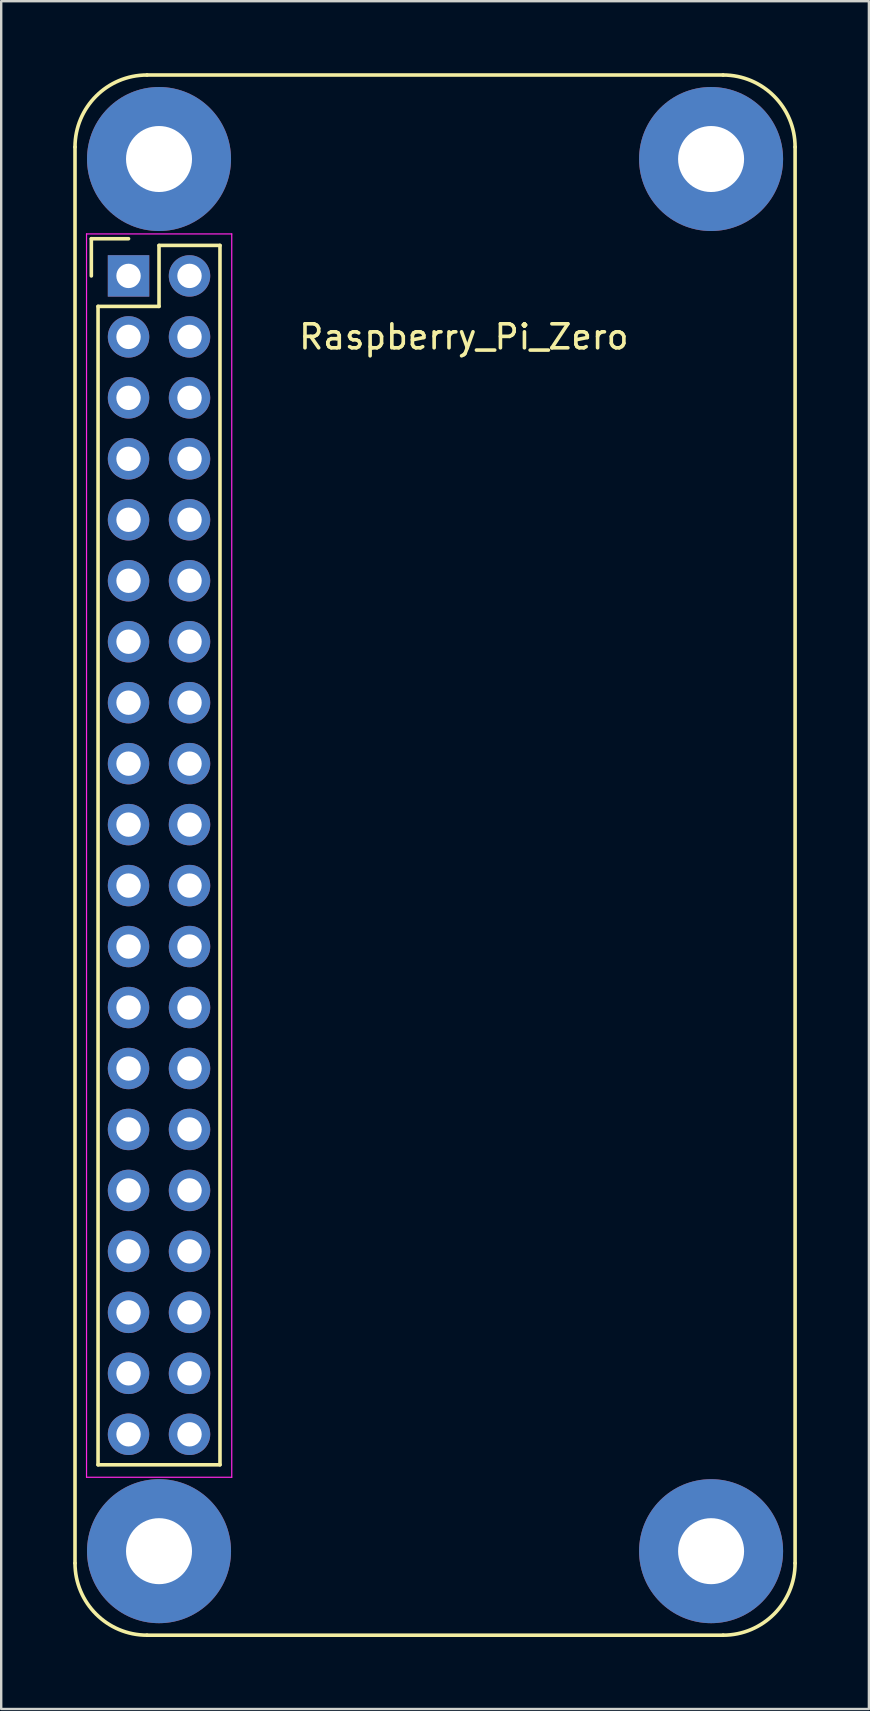
<source format=kicad_pcb>
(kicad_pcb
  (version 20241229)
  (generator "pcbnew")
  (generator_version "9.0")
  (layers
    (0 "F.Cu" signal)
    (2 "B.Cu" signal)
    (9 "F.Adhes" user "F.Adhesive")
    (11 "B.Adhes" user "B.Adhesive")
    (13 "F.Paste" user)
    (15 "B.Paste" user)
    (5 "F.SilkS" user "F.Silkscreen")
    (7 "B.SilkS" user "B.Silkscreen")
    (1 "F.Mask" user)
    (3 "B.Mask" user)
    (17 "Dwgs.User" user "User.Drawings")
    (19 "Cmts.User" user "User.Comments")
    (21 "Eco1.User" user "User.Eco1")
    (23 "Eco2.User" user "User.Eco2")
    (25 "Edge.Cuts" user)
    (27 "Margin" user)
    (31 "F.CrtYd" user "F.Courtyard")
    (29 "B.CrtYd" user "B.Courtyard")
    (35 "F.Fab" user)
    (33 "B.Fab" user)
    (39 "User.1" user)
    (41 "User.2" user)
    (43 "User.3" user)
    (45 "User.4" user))
  (footprint "Raspberry_Pi_Zero"
    (layer "F.Cu")
    (at 2.305 8.445)
    (property "Reference" "Raspberry_Pi_Zero" (at 13.97 2.54 0) (layer "F.SilkS") (effects (font (size 1 1) (thickness 0.15))))
    (attr through_hole)
    (fp_line (start -2.23 53.63) (end -2.23 -5.37) (stroke (width 0.15) (type solid)) (layer "F.SilkS"))
    (fp_line (start -1.55 -1.55) (end -1.55 0) (stroke (width 0.15) (type solid)) (layer "F.SilkS"))
    (fp_line (start -1.27 1.27) (end -1.27 49.53) (stroke (width 0.15) (type solid)) (layer "F.SilkS"))
    (fp_line (start 0 -1.55) (end -1.55 -1.55) (stroke (width 0.15) (type solid)) (layer "F.SilkS"))
    (fp_line (start 0.77 -8.37) (end 24.77 -8.37) (stroke (width 0.15) (type solid)) (layer "F.SilkS"))
    (fp_line (start 1.27 -1.27) (end 1.27 1.27) (stroke (width 0.15) (type solid)) (layer "F.SilkS"))
    (fp_line (start 1.27 1.27) (end -1.27 1.27) (stroke (width 0.15) (type solid)) (layer "F.SilkS"))
    (fp_line (start 3.81 -1.27) (end 1.27 -1.27) (stroke (width 0.15) (type solid)) (layer "F.SilkS"))
    (fp_line (start 3.81 49.53) (end -1.27 49.53) (stroke (width 0.15) (type solid)) (layer "F.SilkS"))
    (fp_line (start 3.81 49.53) (end 3.81 -1.27) (stroke (width 0.15) (type solid)) (layer "F.SilkS"))
    (fp_line (start 24.77 56.63) (end 0.77 56.63) (stroke (width 0.15) (type solid)) (layer "F.SilkS"))
    (fp_line (start 27.77 -5.37) (end 27.77 53.63) (stroke (width 0.15) (type solid)) (layer "F.SilkS"))
    (fp_arc (start -2.23 -5.37) (mid -1.35132 -7.49132) (end 0.77 -8.37) (stroke (width 0.15) (type solid)) (layer "F.SilkS"))
    (fp_arc (start 0.77 56.63) (mid -1.35132 55.75132) (end -2.23 53.63) (stroke (width 0.15) (type solid)) (layer "F.SilkS"))
    (fp_arc (start 24.77 -8.37) (mid 26.89132 -7.49132) (end 27.77 -5.37) (stroke (width 0.15) (type solid)) (layer "F.SilkS"))
    (fp_arc (start 27.77 53.63) (mid 26.89132 55.75132) (end 24.77 56.63) (stroke (width 0.15) (type solid)) (layer "F.SilkS"))
    (fp_line (start -1.75 -1.75) (end -1.75 50.05) (stroke (width 0.05) (type solid)) (layer "F.CrtYd"))
    (fp_line (start -1.75 -1.75) (end 4.3 -1.75) (stroke (width 0.05) (type solid)) (layer "F.CrtYd"))
    (fp_line (start -1.75 50.05) (end 4.3 50.05) (stroke (width 0.05) (type solid)) (layer "F.CrtYd"))
    (fp_line (start 4.3 -1.75) (end 4.3 50.05) (stroke (width 0.05) (type solid)) (layer "F.CrtYd"))
    (pad "" np_thru_hole circle (at 1.27 -4.87) (size 6 6) (drill 2.75) (layers "*.Cu" "*.Mask"))
    (pad "" np_thru_hole circle (at 1.27 53.13) (size 6 6) (drill 2.75) (layers "*.Cu" "*.Mask"))
    (pad "" np_thru_hole circle (at 24.27 -4.87) (size 6 6) (drill 2.75) (layers "*.Cu" "*.Mask"))
    (pad "" np_thru_hole circle (at 24.27 53.13) (size 6 6) (drill 2.75) (layers "*.Cu" "*.Mask"))
    (pad "1" thru_hole rect (at 0 0) (size 1.727 1.727) (drill 1.016) (layers "*.Cu" "*.Mask"))
    (pad "2" thru_hole oval (at 2.54 0) (size 1.727 1.727) (drill 1.016) (layers "*.Cu" "*.Mask"))
    (pad "3" thru_hole oval (at 0 2.54) (size 1.727 1.727) (drill 1.016) (layers "*.Cu" "*.Mask"))
    (pad "4" thru_hole oval (at 2.54 2.54) (size 1.727 1.727) (drill 1.016) (layers "*.Cu" "*.Mask"))
    (pad "5" thru_hole oval (at 0 5.08) (size 1.727 1.727) (drill 1.016) (layers "*.Cu" "*.Mask"))
    (pad "6" thru_hole oval (at 2.54 5.08) (size 1.727 1.727) (drill 1.016) (layers "*.Cu" "*.Mask"))
    (pad "7" thru_hole oval (at 0 7.62) (size 1.727 1.727) (drill 1.016) (layers "*.Cu" "*.Mask"))
    (pad "8" thru_hole oval (at 2.54 7.62) (size 1.727 1.727) (drill 1.016) (layers "*.Cu" "*.Mask"))
    (pad "9" thru_hole oval (at 0 10.16) (size 1.727 1.727) (drill 1.016) (layers "*.Cu" "*.Mask"))
    (pad "10" thru_hole oval (at 2.54 10.16) (size 1.727 1.727) (drill 1.016) (layers "*.Cu" "*.Mask"))
    (pad "11" thru_hole oval (at 0 12.7) (size 1.727 1.727) (drill 1.016) (layers "*.Cu" "*.Mask"))
    (pad "12" thru_hole oval (at 2.54 12.7) (size 1.727 1.727) (drill 1.016) (layers "*.Cu" "*.Mask"))
    (pad "13" thru_hole oval (at 0 15.24) (size 1.727 1.727) (drill 1.016) (layers "*.Cu" "*.Mask"))
    (pad "14" thru_hole oval (at 2.54 15.24) (size 1.727 1.727) (drill 1.016) (layers "*.Cu" "*.Mask"))
    (pad "15" thru_hole oval (at 0 17.78) (size 1.727 1.727) (drill 1.016) (layers "*.Cu" "*.Mask"))
    (pad "16" thru_hole oval (at 2.54 17.78) (size 1.727 1.727) (drill 1.016) (layers "*.Cu" "*.Mask"))
    (pad "17" thru_hole oval (at 0 20.32) (size 1.727 1.727) (drill 1.016) (layers "*.Cu" "*.Mask"))
    (pad "18" thru_hole oval (at 2.54 20.32) (size 1.727 1.727) (drill 1.016) (layers "*.Cu" "*.Mask"))
    (pad "19" thru_hole oval (at 0 22.86) (size 1.727 1.727) (drill 1.016) (layers "*.Cu" "*.Mask"))
    (pad "20" thru_hole oval (at 2.54 22.86) (size 1.727 1.727) (drill 1.016) (layers "*.Cu" "*.Mask"))
    (pad "21" thru_hole oval (at 0 25.4) (size 1.727 1.727) (drill 1.016) (layers "*.Cu" "*.Mask"))
    (pad "22" thru_hole oval (at 2.54 25.4) (size 1.727 1.727) (drill 1.016) (layers "*.Cu" "*.Mask"))
    (pad "23" thru_hole oval (at 0 27.94) (size 1.727 1.727) (drill 1.016) (layers "*.Cu" "*.Mask"))
    (pad "24" thru_hole oval (at 2.54 27.94) (size 1.727 1.727) (drill 1.016) (layers "*.Cu" "*.Mask"))
    (pad "25" thru_hole oval (at 0 30.48) (size 1.727 1.727) (drill 1.016) (layers "*.Cu" "*.Mask"))
    (pad "26" thru_hole oval (at 2.54 30.48) (size 1.727 1.727) (drill 1.016) (layers "*.Cu" "*.Mask"))
    (pad "27" thru_hole oval (at 0 33.02) (size 1.727 1.727) (drill 1.016) (layers "*.Cu" "*.Mask"))
    (pad "28" thru_hole oval (at 2.54 33.02) (size 1.727 1.727) (drill 1.016) (layers "*.Cu" "*.Mask"))
    (pad "29" thru_hole oval (at 0 35.56) (size 1.727 1.727) (drill 1.016) (layers "*.Cu" "*.Mask"))
    (pad "30" thru_hole oval (at 2.54 35.56) (size 1.727 1.727) (drill 1.016) (layers "*.Cu" "*.Mask"))
    (pad "31" thru_hole oval (at 0 38.1) (size 1.727 1.727) (drill 1.016) (layers "*.Cu" "*.Mask"))
    (pad "32" thru_hole oval (at 2.54 38.1) (size 1.727 1.727) (drill 1.016) (layers "*.Cu" "*.Mask"))
    (pad "33" thru_hole oval (at 0 40.64) (size 1.727 1.727) (drill 1.016) (layers "*.Cu" "*.Mask"))
    (pad "34" thru_hole oval (at 2.54 40.64) (size 1.727 1.727) (drill 1.016) (layers "*.Cu" "*.Mask"))
    (pad "35" thru_hole oval (at 0 43.18) (size 1.727 1.727) (drill 1.016) (layers "*.Cu" "*.Mask"))
    (pad "36" thru_hole oval (at 2.54 43.18) (size 1.727 1.727) (drill 1.016) (layers "*.Cu" "*.Mask"))
    (pad "37" thru_hole oval (at 0 45.72) (size 1.727 1.727) (drill 1.016) (layers "*.Cu" "*.Mask"))
    (pad "38" thru_hole oval (at 2.54 45.72) (size 1.727 1.727) (drill 1.016) (layers "*.Cu" "*.Mask"))
    (pad "39" thru_hole oval (at 0 48.26) (size 1.727 1.727) (drill 1.016) (layers "*.Cu" "*.Mask"))
    (pad "40" thru_hole oval (at 2.54 48.26) (size 1.727 1.727) (drill 1.016) (layers "*.Cu" "*.Mask")))
  (gr_rect
    (start -3 -3)
    (end 33.15 68.15)
    (stroke (width 0.1) (type default))
    (fill no)
    (layer "Edge.Cuts")))
</source>
